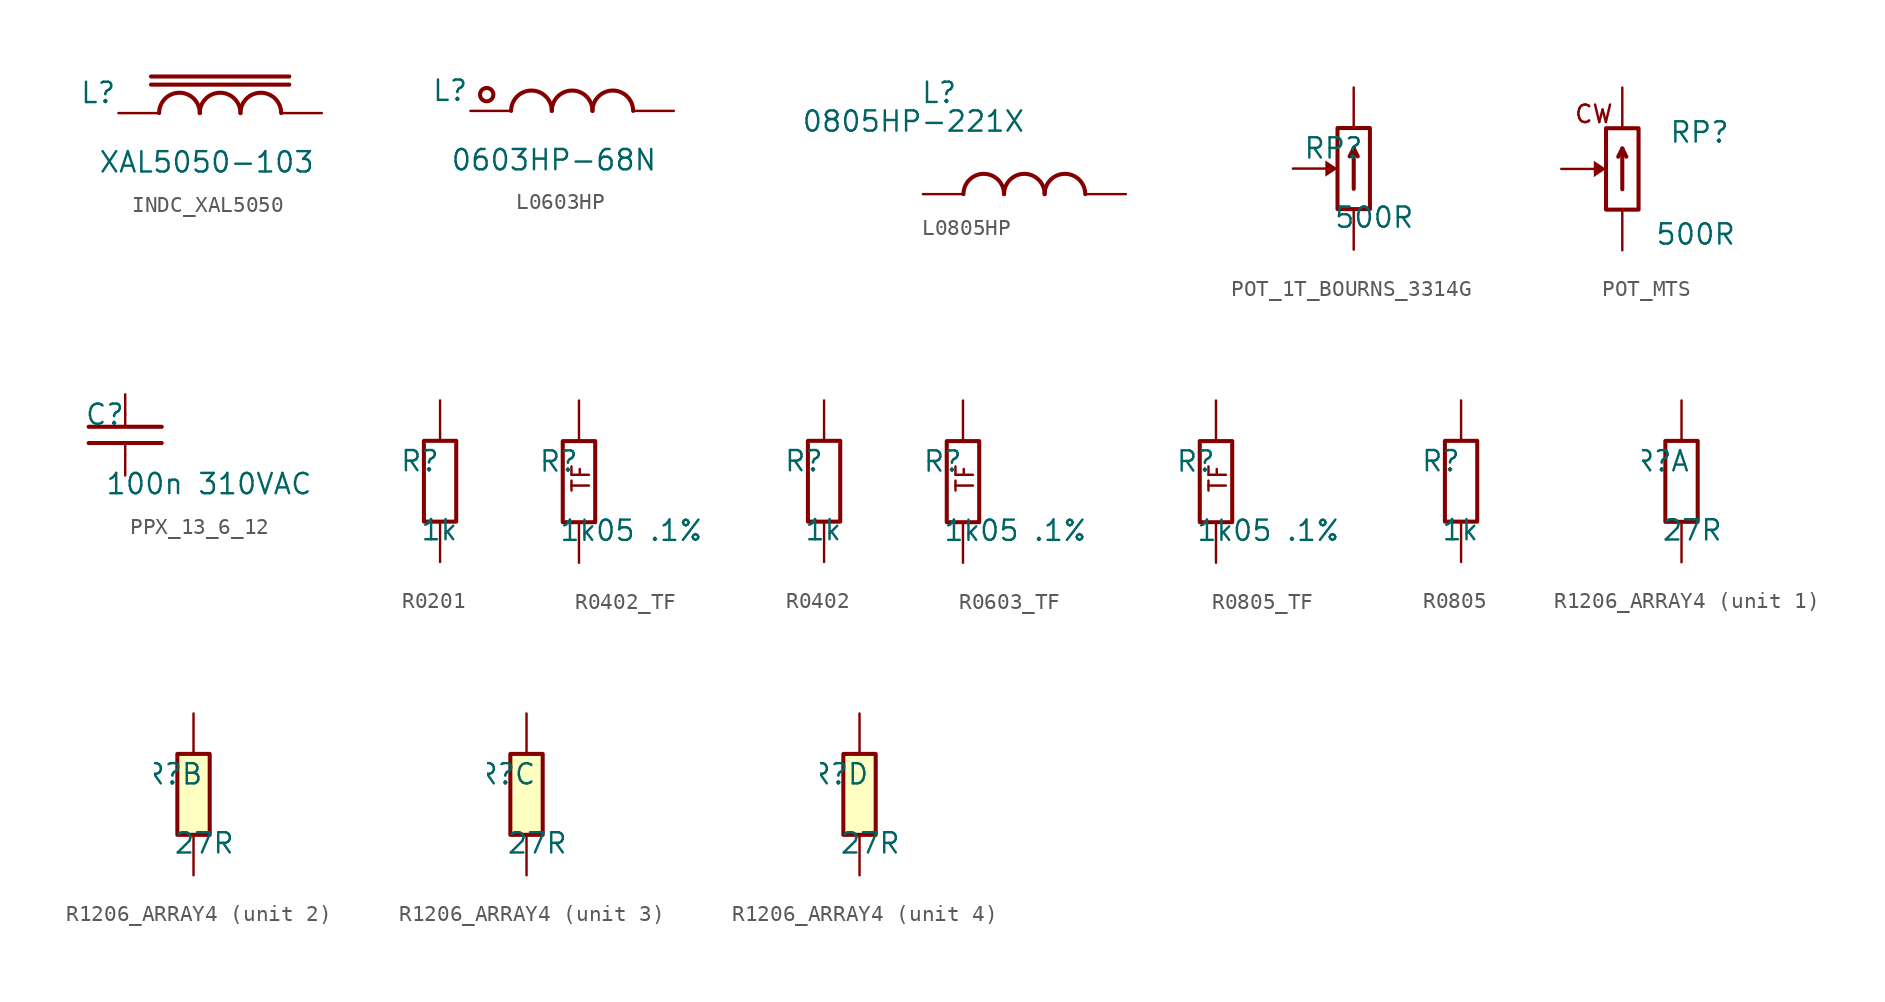
<source format=kicad_sym>
(kicad_symbol_lib
  (version 20231120)
  (generator "kicad_symbol_editor")
  (generator_version "8.0")
  (symbol "INDC_XAL5050"
    (property "Reference" "L"
      (at -1.27 1.27 0)
      (effects (font (size 1.27 1.27))))
    (property "Value" "XAL5050-103"
      (at -1.27 -3.81 0)
      (effects (font (size 1.27 1.27)) (justify left bottom)))
    (symbol "INDC_XAL5050_1_0"
      (polyline (pts (xy 2.032 1.778) (xy 10.668 1.778)) (stroke (width 0.254) (type solid)) (fill (type none)))
      (polyline (pts (xy 2.032 2.286) (xy 10.668 2.286)) (stroke (width 0.254) (type solid)) (fill (type none)))
      (arc (start 5.08 0) (mid 3.81 1.27) (end 2.54 0) (stroke (width 0.254) (type solid)) (fill (type none)))
      (arc (start 7.62 0) (mid 6.35 1.27) (end 5.08 0) (stroke (width 0.254) (type solid)) (fill (type none)))
      (arc (start 10.16 0) (mid 8.89 1.27) (end 7.62 0) (stroke (width 0.254) (type solid)) (fill (type none)))
      (pin passive line (at 0 0 0) (length 2.54) (name "1" (effects (font (size 0 0)))) (number "1" (effects (font (size 0 0)))))
      (pin passive line (at 12.7 0 180) (length 2.54) (name "2" (effects (font (size 0 0)))) (number "2" (effects (font (size 0 0)))))))
  (symbol "L0603HP"
    (property "Reference" "L"
      (at -1.27 1.27 0)
      (effects (font (size 1.27 1.27))))
    (property "Value" "0603HP-68N"
      (at -1.27 -3.81 0)
      (effects (font (size 1.27 1.27)) (justify left bottom)))
    (symbol "L0603HP_1_0"
      (circle (center 1.016 1.016) (radius 0.416) (stroke (width 0.254) (type solid)) (fill (type none)))
      (arc (start 5.08 0) (mid 3.81 1.27) (end 2.54 0) (stroke (width 0.254) (type solid)) (fill (type none)))
      (arc (start 7.62 0) (mid 6.35 1.27) (end 5.08 0) (stroke (width 0.254) (type solid)) (fill (type none)))
      (arc (start 10.16 0) (mid 8.89 1.27) (end 7.62 0) (stroke (width 0.254) (type solid)) (fill (type none)))
      (pin passive line (at 0 0 0) (length 2.54) (name "1" (effects (font (size 0 0)))) (number "1" (effects (font (size 0 0)))))
      (pin passive line (at 12.7 0 180) (length 2.54) (name "2" (effects (font (size 0 0)))) (number "2" (effects (font (size 0 0)))))))
  (symbol "L0805HP"
    (property "Reference" "L"
      (at 1.016 6.35 0)
      (effects (font (size 1.27 1.27))))
    (property "Value" "0805HP-221X"
      (at -7.62 3.81 0)
      (effects (font (size 1.27 1.27)) (justify left bottom)))
    (symbol "L0805HP_1_0"
      (arc (start 5.08 0) (mid 3.81 1.27) (end 2.54 0) (stroke (width 0.254) (type solid)) (fill (type none)))
      (arc (start 7.62 0) (mid 6.35 1.27) (end 5.08 0) (stroke (width 0.254) (type solid)) (fill (type none)))
      (arc (start 10.16 0) (mid 8.89 1.27) (end 7.62 0) (stroke (width 0.254) (type solid)) (fill (type none)))
      (pin passive line (at 0 0 0) (length 2.54) (name "1" (effects (font (size 0 0)))) (number "1" (effects (font (size 0 0)))))
      (pin passive line (at 12.7 0 180) (length 2.54) (name "2" (effects (font (size 0 0)))) (number "2" (effects (font (size 0 0)))))))
  (symbol "POT_1T_BOURNS_3314G"
    (property "Reference" "RP"
      (at -1.27 1.27 0)
      (effects (font (size 1.27 1.27))))
    (property "Value" "500R"
      (at -1.27 -3.81 0)
      (effects (font (size 1.27 1.27)) (justify left bottom)))
    (symbol "POT_1T_BOURNS_3314G_1_0"
      (rectangle (start -1.016 2.54) (end 1.016 -2.54) (stroke (width 0.254) (type solid)) (fill (type none)))
      (polyline (pts (xy 0 -1.27) (xy 0 1.27)) (stroke (width 0.254) (type solid)) (fill (type none)))
      (polyline (pts (xy 0 1.27) (xy -0.254 0.762)) (stroke (width 0.254) (type solid)) (fill (type none)))
      (polyline (pts (xy 0 1.27) (xy 0.254 0.762)) (stroke (width 0.254) (type solid)) (fill (type none)))
      (polyline (pts (xy -1.778 0.508) (xy -1.778 -0.508) (xy -1.016 0) (xy -1.778 0.508)) (stroke (width -0.0001) (type solid)) (fill (type outline)))
      (pin passive line (at 0 -5.08 90) (length 2.54) (name "1" (effects (font (size 0 0)))) (number "1" (effects (font (size 0 0)))))
      (pin passive line (at -3.81 0 0) (length 2.54) (name "2" (effects (font (size 0 0)))) (number "2" (effects (font (size 0 0)))))
      (pin passive line (at 0 5.08 270) (length 2.54) (name "2" (effects (font (size 0 0)))) (number "3" (effects (font (size 0 0)))))))
  (symbol "POT_MTS"
    (property "Reference" "RP"
      (at 4.826 2.286 0)
      (effects (font (size 1.27 1.27))))
    (property "Value" "500R"
      (at 2.032 -4.826 0)
      (effects (font (size 1.27 1.27)) (justify left bottom)))
    (symbol "POT_MTS_1_0"
      (rectangle (start -1.016 2.54) (end 1.016 -2.54) (stroke (width 0.254) (type solid)) (fill (type none)))
      (polyline (pts (xy 0 -1.27) (xy 0 1.27)) (stroke (width 0.254) (type solid)) (fill (type none)))
      (polyline (pts (xy 0 1.27) (xy -0.254 0.762)) (stroke (width 0.254) (type solid)) (fill (type none)))
      (polyline (pts (xy 0 1.27) (xy 0.254 0.762)) (stroke (width 0.254) (type solid)) (fill (type none)))
      (polyline (pts (xy -1.778 0.508) (xy -1.778 -0.508) (xy -1.016 0) (xy -1.778 0.508)) (stroke (width -0.0001) (type solid)) (fill (type outline)))
      (text "CW" (at -0.508 4.064 0) (effects (font (size 1.092 1.092)) (justify right top)))
      (pin passive line (at 0 -5.08 90) (length 2.54) (name "1" (effects (font (size 0 0)))) (number "1" (effects (font (size 0 0)))))
      (pin passive line (at -3.81 0 0) (length 2.54) (name "2" (effects (font (size 0 0)))) (number "2" (effects (font (size 0 0)))))
      (pin passive line (at 0 5.08 270) (length 2.54) (name "2" (effects (font (size 0 0)))) (number "3" (effects (font (size 0 0)))))))
  (symbol "PPX_13_6_12"
    (property "Reference" "C"
      (at -1.27 1.27 0)
      (effects (font (size 1.27 1.27))))
    (property "Value" "100n 310VAC"
      (at -1.27 -3.81 0)
      (effects (font (size 1.27 1.27)) (justify left bottom)))
    (symbol "PPX_13_6_12_1_0"
      (polyline (pts (xy -2.286 -0.508) (xy 2.286 -0.508)) (stroke (width 0.254) (type solid)) (fill (type none)))
      (polyline (pts (xy -2.286 0.508) (xy 2.286 0.508)) (stroke (width 0.254) (type solid)) (fill (type none)))
      (polyline (pts (xy 0 -0.508) (xy 0 -1.27)) (stroke (width 0) (type solid)) (fill (type none)))
      (polyline (pts (xy 0 1.27) (xy 0 0.508)) (stroke (width 0) (type solid)) (fill (type none)))
      (pin passive line (at 0 2.54 270) (length 1.27) (name "" (effects (font (size 0 0)))) (number "1" (effects (font (size 0 0)))))
      (pin passive line (at 0 -2.54 90) (length 1.27) (name "" (effects (font (size 0 0)))) (number "2" (effects (font (size 0 0)))))))
  (symbol "R0201"
    (property "Reference" "R"
      (at -1.27 1.27 0)
      (effects (font (size 1.27 1.27))))
    (property "Value" "1k"
      (at -1.27 -3.81 0)
      (effects (font (size 1.27 1.27)) (justify left bottom)))
    (symbol "R0201_1_0"
      (rectangle (start -1.016 2.54) (end 1.016 -2.54) (stroke (width 0.254) (type solid)) (fill (type none)))
      (pin passive line (at 0 5.08 270) (length 2.54) (name "1" (effects (font (size 0 0)))) (number "1" (effects (font (size 0 0)))))
      (pin passive line (at 0 -5.08 90) (length 2.54) (name "2" (effects (font (size 0 0)))) (number "2" (effects (font (size 0 0)))))))
  (symbol "R0402_TF"
    (property "Reference" "R"
      (at -1.27 1.27 0)
      (effects (font (size 1.27 1.27))))
    (property "Value" "1k05 .1%"
      (at -1.27 -3.81 0)
      (effects (font (size 1.27 1.27)) (justify left bottom)))
    (symbol "R0402_TF_1_0"
      (rectangle (start -1.016 2.54) (end 1.016 -2.54) (stroke (width 0.254) (type solid)) (fill (type none)))
      (text "TF" (at 0.762 -0.762 900) (effects (font (size 1.092 1.092)) (justify left bottom)))
      (pin passive line (at 0 5.08 270) (length 2.54) (name "1" (effects (font (size 0 0)))) (number "1" (effects (font (size 0 0)))))
      (pin passive line (at 0 -5.08 90) (length 2.54) (name "2" (effects (font (size 0 0)))) (number "2" (effects (font (size 0 0)))))))
  (symbol "R0402"
    (property "Reference" "R"
      (at -1.27 1.27 0)
      (effects (font (size 1.27 1.27))))
    (property "Value" "1k"
      (at -1.27 -3.81 0)
      (effects (font (size 1.27 1.27)) (justify left bottom)))
    (symbol "R0402_1_0"
      (rectangle (start -1.016 2.54) (end 1.016 -2.54) (stroke (width 0.254) (type solid)) (fill (type none)))
      (pin passive line (at 0 5.08 270) (length 2.54) (name "1" (effects (font (size 0 0)))) (number "1" (effects (font (size 0 0)))))
      (pin passive line (at 0 -5.08 90) (length 2.54) (name "2" (effects (font (size 0 0)))) (number "2" (effects (font (size 0 0)))))))
  (symbol "R0603_TF"
    (property "Reference" "R"
      (at -1.27 1.27 0)
      (effects (font (size 1.27 1.27))))
    (property "Value" "1k05 .1%"
      (at -1.27 -3.81 0)
      (effects (font (size 1.27 1.27)) (justify left bottom)))
    (symbol "R0603_TF_1_0"
      (rectangle (start -1.016 2.54) (end 1.016 -2.54) (stroke (width 0.254) (type solid)) (fill (type none)))
      (text "TF" (at 0.762 -0.762 900) (effects (font (size 1.092 1.092)) (justify left bottom)))
      (pin passive line (at 0 5.08 270) (length 2.54) (name "1" (effects (font (size 0 0)))) (number "1" (effects (font (size 0 0)))))
      (pin passive line (at 0 -5.08 90) (length 2.54) (name "2" (effects (font (size 0 0)))) (number "2" (effects (font (size 0 0)))))))
  (symbol "R0805_TF"
    (property "Reference" "R"
      (at -1.27 1.27 0)
      (effects (font (size 1.27 1.27))))
    (property "Value" "1k05 .1%"
      (at -1.27 -3.81 0)
      (effects (font (size 1.27 1.27)) (justify left bottom)))
    (symbol "R0805_TF_1_0"
      (rectangle (start -1.016 2.54) (end 1.016 -2.54) (stroke (width 0.254) (type solid)) (fill (type none)))
      (text "TF" (at 0.762 -0.762 900) (effects (font (size 1.092 1.092)) (justify left bottom)))
      (pin passive line (at 0 5.08 270) (length 2.54) (name "1" (effects (font (size 0 0)))) (number "1" (effects (font (size 0 0)))))
      (pin passive line (at 0 -5.08 90) (length 2.54) (name "2" (effects (font (size 0 0)))) (number "2" (effects (font (size 0 0)))))))
  (symbol "R0805"
    (property "Reference" "R"
      (at -1.27 1.27 0)
      (effects (font (size 1.27 1.27))))
    (property "Value" "1k"
      (at -1.27 -3.81 0)
      (effects (font (size 1.27 1.27)) (justify left bottom)))
    (symbol "R0805_1_0"
      (rectangle (start -1.016 2.54) (end 1.016 -2.54) (stroke (width 0.254) (type solid)) (fill (type none)))
      (pin passive line (at 0 5.08 270) (length 2.54) (name "1" (effects (font (size 0 0)))) (number "1" (effects (font (size 0 0)))))
      (pin passive line (at 0 -5.08 90) (length 2.54) (name "2" (effects (font (size 0 0)))) (number "2" (effects (font (size 0 0)))))))
  (symbol "R1206_ARRAY4"
    (property "Reference" "R"
      (at -1.27 1.27 0)
      (effects (font (size 1.27 1.27))))
    (property "Value" "27R"
      (at -1.27 -3.81 0)
      (effects (font (size 1.27 1.27)) (justify left bottom)))
    (symbol "R1206_ARRAY4_1_0"
      (rectangle (start -1.016 2.54) (end 1.016 -2.54) (stroke (width 0.254) (type solid)) (fill (type none)))
      (pin passive line (at 0 5.08 270) (length 2.54) (name "1" (effects (font (size 0 0)))) (number "1" (effects (font (size 0 0)))))
      (pin passive line (at 0 -5.08 90) (length 2.54) (name "8" (effects (font (size 0 0)))) (number "8" (effects (font (size 0 0))))))
    (symbol "R1206_ARRAY4_2_0"
      (rectangle (start 1.016 2.54) (end -1.016 -2.54) (stroke (width 0.254) (type solid)) (fill (type background)))
      (pin passive line (at 0 5.08 270) (length 2.54) (name "2" (effects (font (size 0 0)))) (number "2" (effects (font (size 0 0)))))
      (pin passive line (at 0 -5.08 90) (length 2.54) (name "7" (effects (font (size 0 0)))) (number "7" (effects (font (size 0 0))))))
    (symbol "R1206_ARRAY4_3_0"
      (rectangle (start 1.016 2.54) (end -1.016 -2.54) (stroke (width 0.254) (type solid)) (fill (type background)))
      (pin passive line (at 0 5.08 270) (length 2.54) (name "3" (effects (font (size 0 0)))) (number "3" (effects (font (size 0 0)))))
      (pin passive line (at 0 -5.08 90) (length 2.54) (name "6" (effects (font (size 0 0)))) (number "6" (effects (font (size 0 0))))))
    (symbol "R1206_ARRAY4_4_0"
      (rectangle (start 1.016 2.54) (end -1.016 -2.54) (stroke (width 0.254) (type solid)) (fill (type background)))
      (pin passive line (at 0 5.08 270) (length 2.54) (name "4" (effects (font (size 0 0)))) (number "4" (effects (font (size 0 0)))))
      (pin passive line (at 0 -5.08 90) (length 2.54) (name "5" (effects (font (size 0 0)))) (number "5" (effects (font (size 0 0))))))))
</source>
